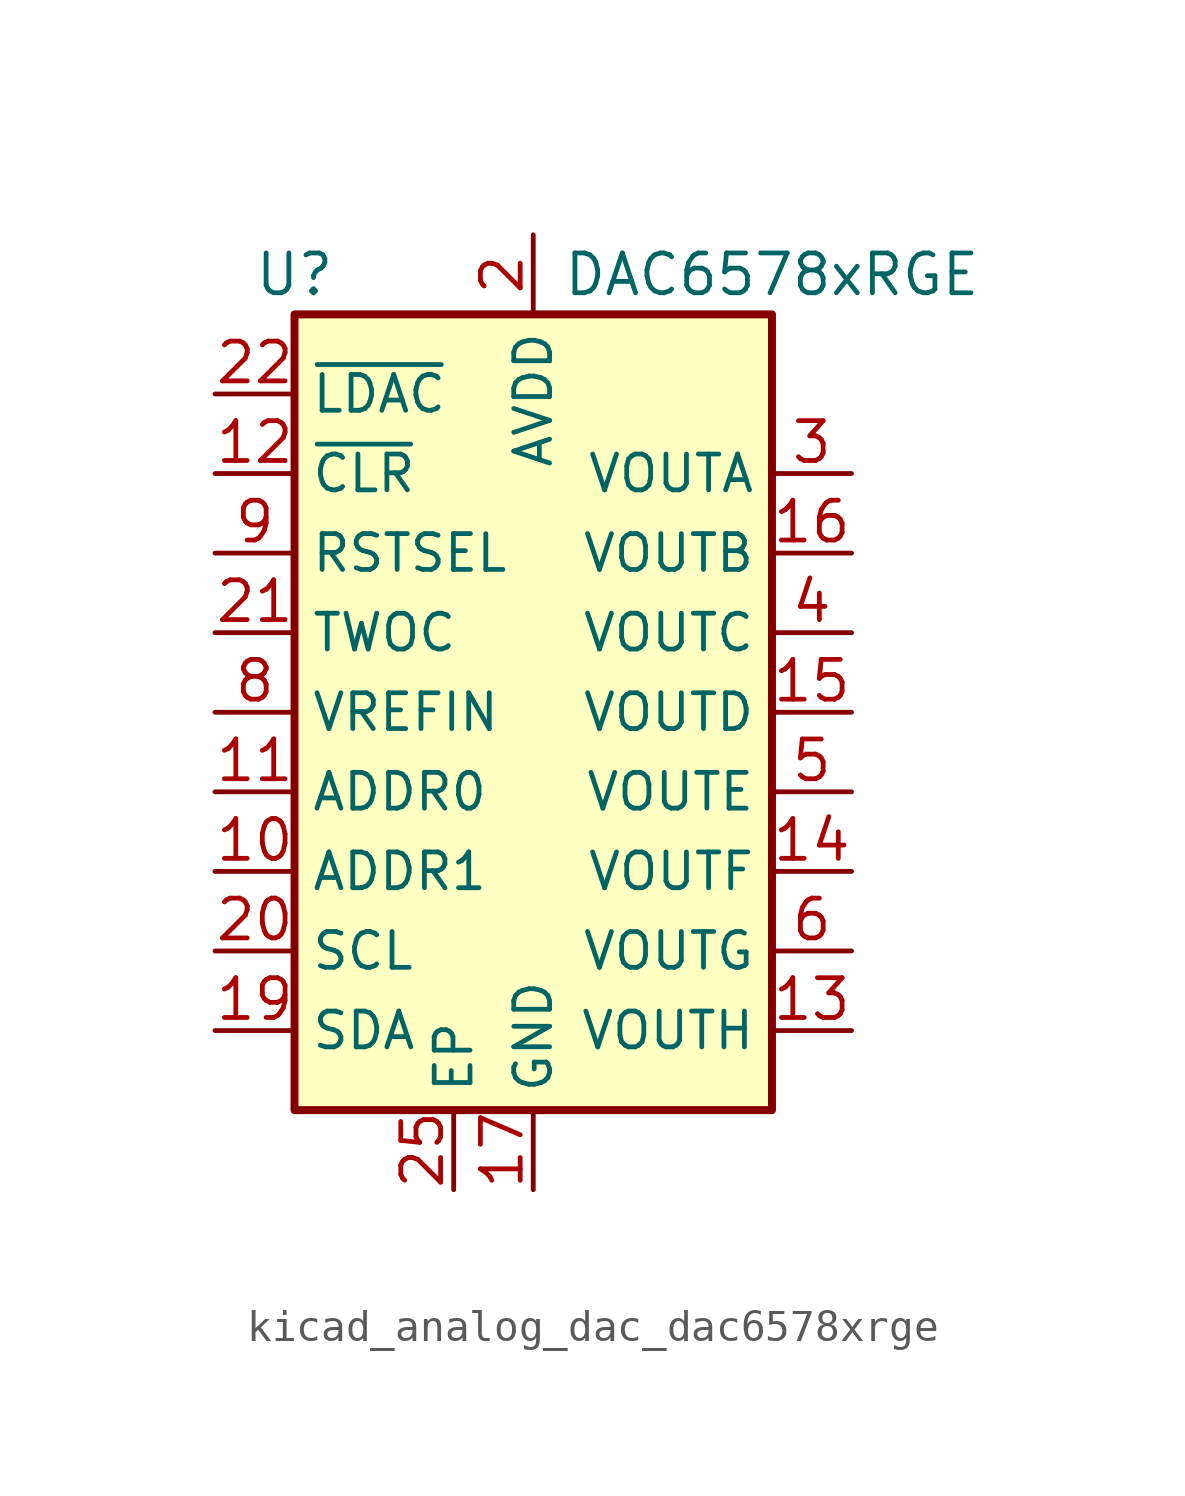
<source format=kicad_sym>
(kicad_symbol_lib
  (version 20220914)
  (generator kicad_symbol_editor)
  (symbol "kicad_analog_dac_dac6578xrge"
    (property "Reference" "U"
      (at -7.62 13.97 0)
      (effects (font (size 1.27 1.27))))
    (property "Value" "DAC6578xRGE"
      (at 7.62 13.97 0)
      (effects (font (size 1.27 1.27))))
    (symbol "kicad_analog_dac_dac6578xrge_0_1"
      (rectangle (start -7.62 12.7) (end 7.62 -12.7) (stroke (width 0.254) (type default)) (fill (type background))))
    (symbol "kicad_analog_dac_dac6578xrge_1_1"
      (pin no_connect line (at 7.62 10.16 180) (length 2.54) hide (name "NC" (effects (font (size 1.143 1.143)))) (number "1" (effects (font (size 1.27 1.27)))))
      (pin input line (at -10.16 -5.08 0) (length 2.54) (name "ADDR1" (effects (font (size 1.143 1.143)))) (number "10" (effects (font (size 1.27 1.27)))))
      (pin input line (at -10.16 -2.54 0) (length 2.54) (name "ADDR0" (effects (font (size 1.143 1.143)))) (number "11" (effects (font (size 1.27 1.27)))))
      (pin input line (at -10.16 7.62 0) (length 2.54) (name "~{CLR}" (effects (font (size 1.143 1.143)))) (number "12" (effects (font (size 1.27 1.27)))))
      (pin output line (at 10.16 -10.16 180) (length 2.54) (name "VOUTH" (effects (font (size 1.143 1.143)))) (number "13" (effects (font (size 1.27 1.27)))))
      (pin output line (at 10.16 -5.08 180) (length 2.54) (name "VOUTF" (effects (font (size 1.143 1.143)))) (number "14" (effects (font (size 1.27 1.27)))))
      (pin output line (at 10.16 0 180) (length 2.54) (name "VOUTD" (effects (font (size 1.143 1.143)))) (number "15" (effects (font (size 1.27 1.27)))))
      (pin output line (at 10.16 5.08 180) (length 2.54) (name "VOUTB" (effects (font (size 1.143 1.143)))) (number "16" (effects (font (size 1.27 1.27)))))
      (pin power_in line (at 0 -15.24 90) (length 2.54) (name "GND" (effects (font (size 1.143 1.143)))) (number "17" (effects (font (size 1.27 1.27)))))
      (pin no_connect line (at 7.62 12.7 180) (length 2.54) hide (name "NC" (effects (font (size 1.143 1.143)))) (number "18" (effects (font (size 1.27 1.27)))))
      (pin bidirectional line (at -10.16 -10.16 0) (length 2.54) (name "SDA" (effects (font (size 1.143 1.143)))) (number "19" (effects (font (size 1.27 1.27)))))
      (pin power_in line (at 0 15.24 270) (length 2.54) (name "AVDD" (effects (font (size 1.143 1.143)))) (number "2" (effects (font (size 1.27 1.27)))))
      (pin input line (at -10.16 -7.62 0) (length 2.54) (name "SCL" (effects (font (size 1.143 1.143)))) (number "20" (effects (font (size 1.27 1.27)))))
      (pin input line (at -10.16 2.54 0) (length 2.54) (name "TWOC" (effects (font (size 1.143 1.143)))) (number "21" (effects (font (size 1.27 1.27)))))
      (pin input line (at -10.16 10.16 0) (length 2.54) (name "~{LDAC}" (effects (font (size 1.143 1.143)))) (number "22" (effects (font (size 1.27 1.27)))))
      (pin no_connect line (at 5.08 12.7 180) (length 2.54) hide (name "NC" (effects (font (size 1.143 1.143)))) (number "23" (effects (font (size 1.27 1.27)))))
      (pin no_connect line (at 2.54 10.16 180) (length 2.54) hide (name "NC" (effects (font (size 1.143 1.143)))) (number "24" (effects (font (size 1.27 1.27)))))
      (pin passive line (at -2.54 -15.24 90) (length 2.54) (name "EP" (effects (font (size 1.143 1.143)))) (number "25" (effects (font (size 1.27 1.27)))))
      (pin output line (at 10.16 7.62 180) (length 2.54) (name "VOUTA" (effects (font (size 1.143 1.143)))) (number "3" (effects (font (size 1.27 1.27)))))
      (pin output line (at 10.16 2.54 180) (length 2.54) (name "VOUTC" (effects (font (size 1.143 1.143)))) (number "4" (effects (font (size 1.27 1.27)))))
      (pin output line (at 10.16 -2.54 180) (length 2.54) (name "VOUTE" (effects (font (size 1.143 1.143)))) (number "5" (effects (font (size 1.27 1.27)))))
      (pin output line (at 10.16 -7.62 180) (length 2.54) (name "VOUTG" (effects (font (size 1.143 1.143)))) (number "6" (effects (font (size 1.27 1.27)))))
      (pin no_connect line (at 5.08 10.16 180) (length 2.54) hide (name "NC" (effects (font (size 1.143 1.143)))) (number "7" (effects (font (size 1.27 1.27)))))
      (pin input line (at -10.16 0 0) (length 2.54) (name "VREFIN" (effects (font (size 1.143 1.143)))) (number "8" (effects (font (size 1.27 1.27)))))
      (pin input line (at -10.16 5.08 0) (length 2.54) (name "RSTSEL" (effects (font (size 1.143 1.143)))) (number "9" (effects (font (size 1.27 1.27))))))))
</source>
